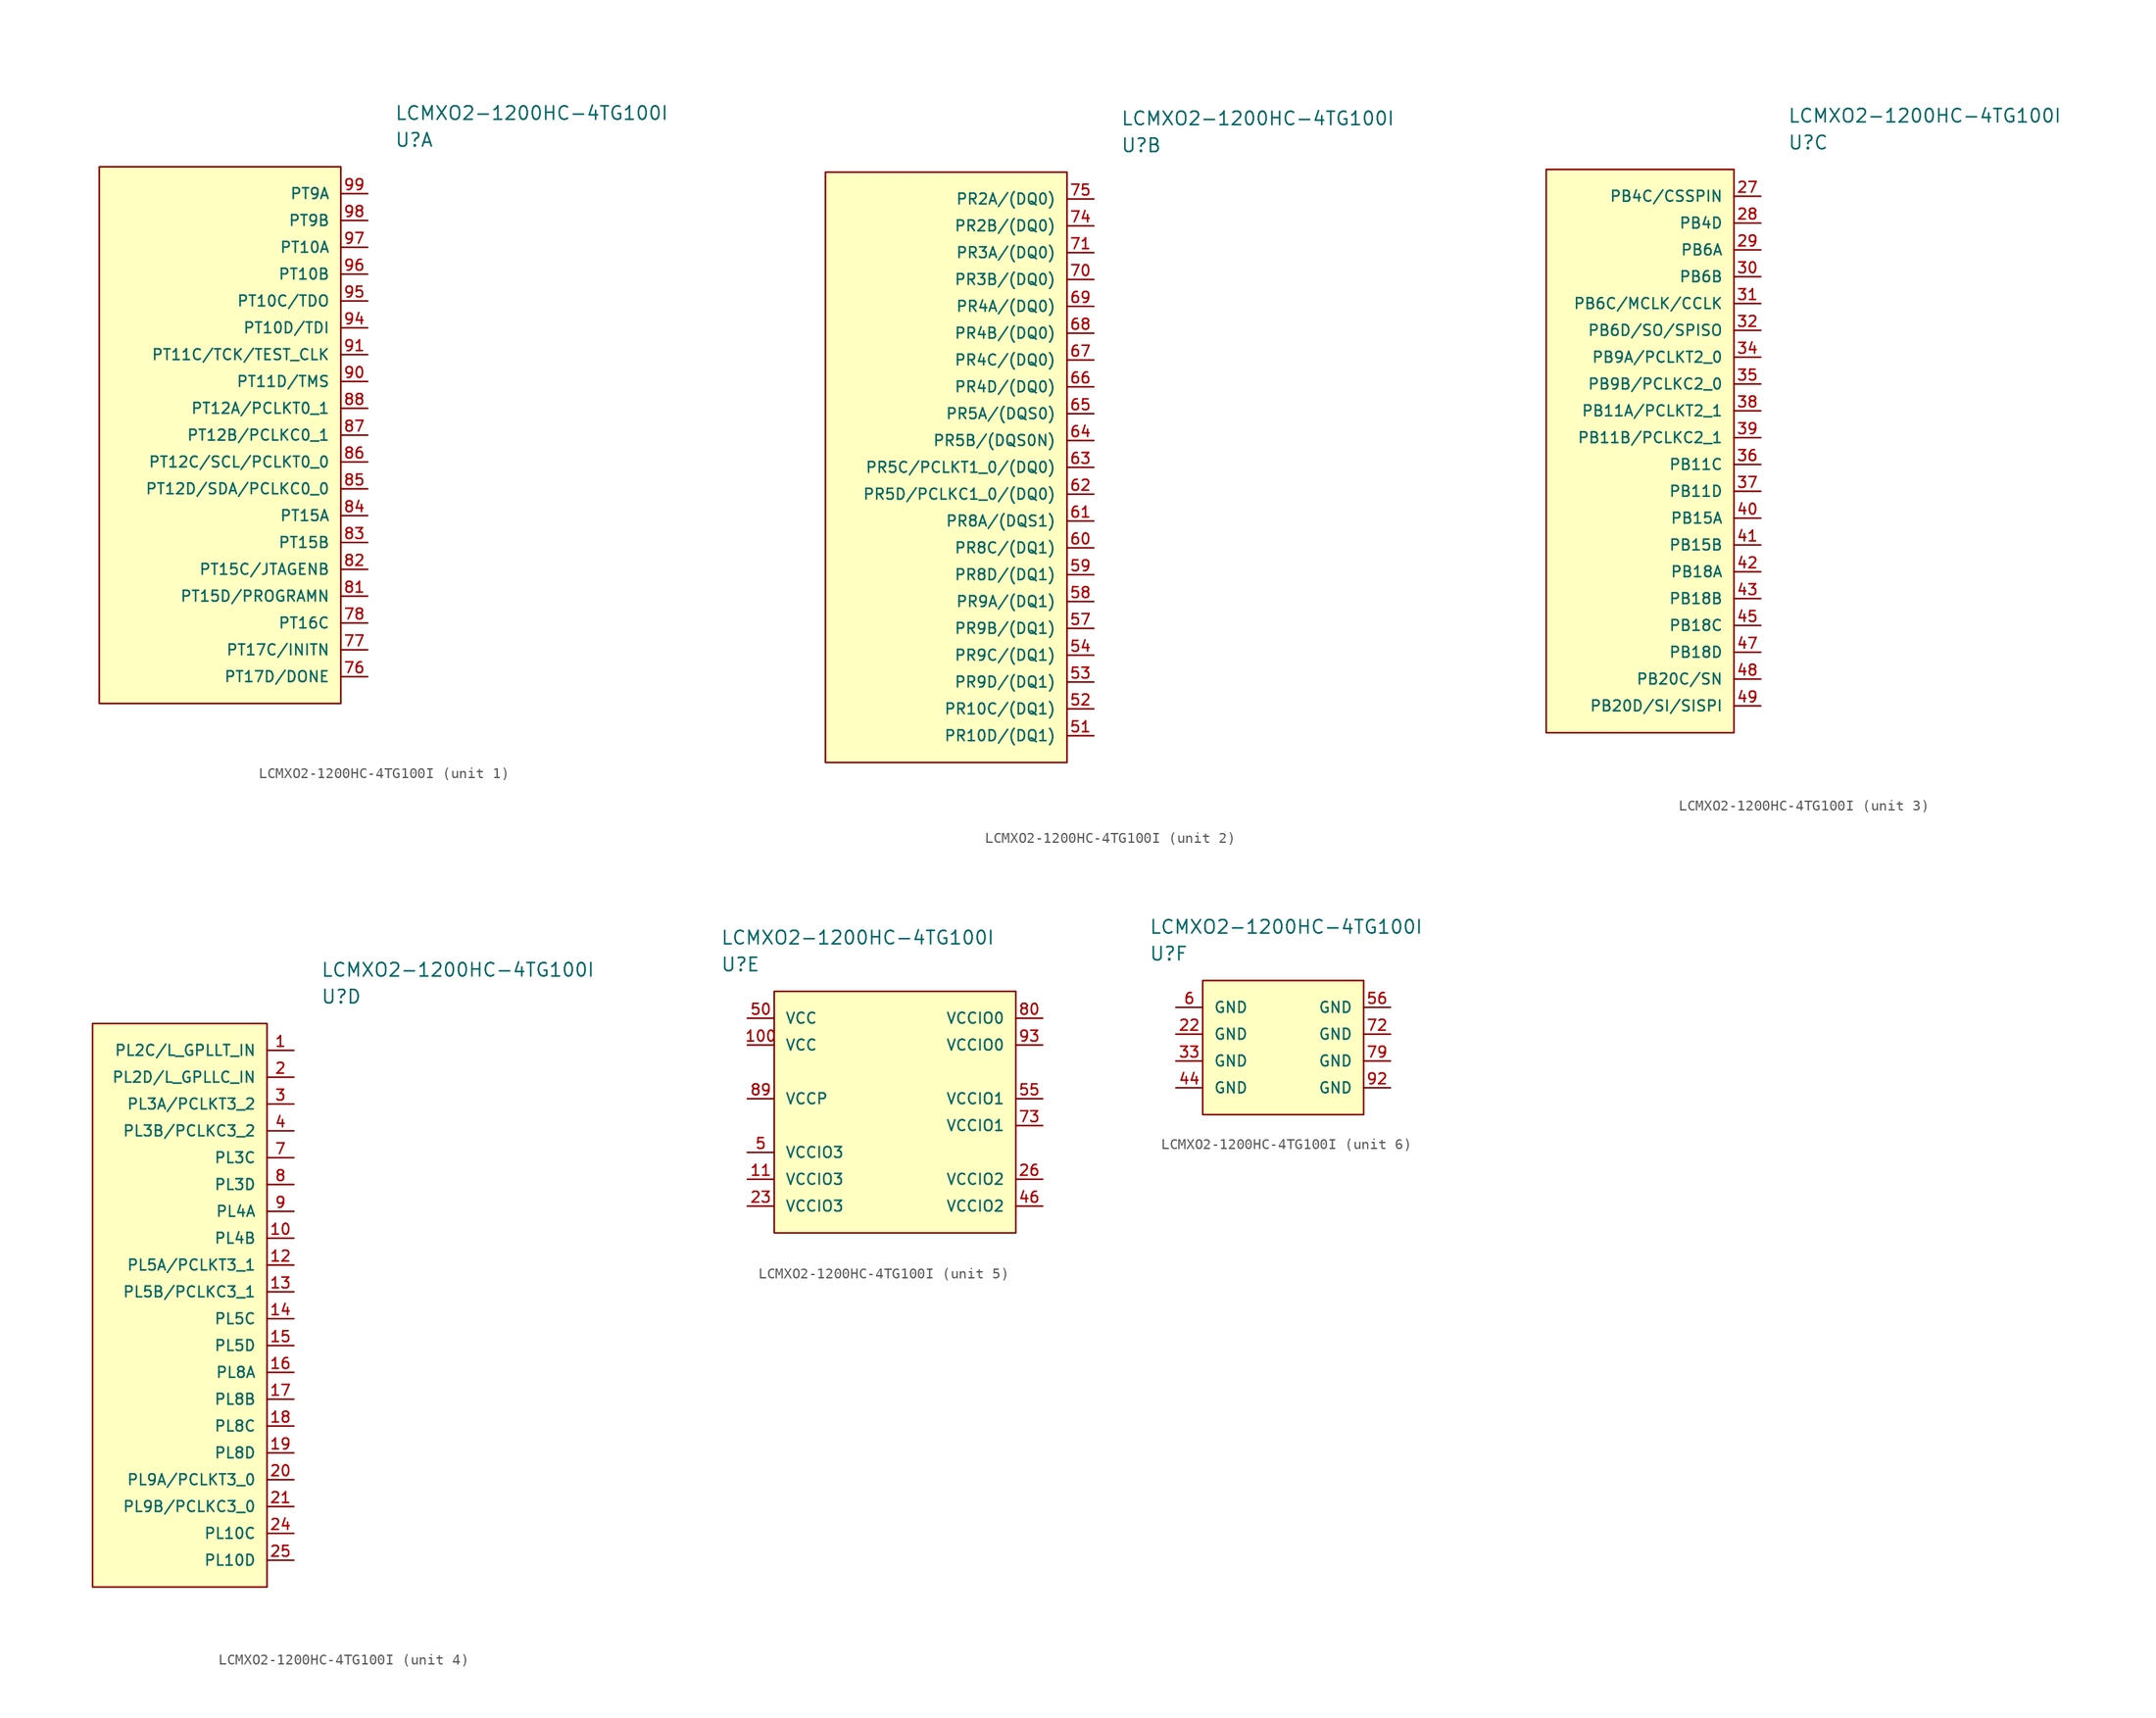
<source format=kicad_sym>
(kicad_symbol_lib
  (version 20220126)
  (generator kicad_symbol_editor)
  (symbol "LCMXO2-1200HC-4TG100I"
    (pin_names
      (offset 1.016))
    (property "Reference" "U"
      (at 0 5.08 0)
      (effects (font (size 1.27 1.27)) (justify left)))
    (property "Value" "LCMXO2-1200HC-4TG100I"
      (at 0 7.62 0)
      (effects (font (size 1.27 1.27)) (justify left)))
    (property "ki_locked" ""
      (at 0 0 0)
      (effects (font (size 1.27 1.27))))
    (symbol "LCMXO2-1200HC-4TG100I_1_1"
      (rectangle (start -27.94 2.54) (end -5.08 -48.26) (stroke (width 0) (type default)) (fill (type background)))
      (pin bidirectional line (at -2.54 -45.72 180) (length 2.54) (name "PT17D/DONE" (effects (font (size 1.016 1.016)))) (number "76" (effects (font (size 1.016 1.016)))))
      (pin bidirectional line (at -2.54 -43.18 180) (length 2.54) (name "PT17C/INITN" (effects (font (size 1.016 1.016)))) (number "77" (effects (font (size 1.016 1.016)))))
      (pin bidirectional line (at -2.54 -40.64 180) (length 2.54) (name "PT16C" (effects (font (size 1.016 1.016)))) (number "78" (effects (font (size 1.016 1.016)))))
      (pin bidirectional line (at -2.54 -38.1 180) (length 2.54) (name "PT15D/PROGRAMN" (effects (font (size 1.016 1.016)))) (number "81" (effects (font (size 1.016 1.016)))))
      (pin bidirectional line (at -2.54 -35.56 180) (length 2.54) (name "PT15C/JTAGENB" (effects (font (size 1.016 1.016)))) (number "82" (effects (font (size 1.016 1.016)))))
      (pin bidirectional line (at -2.54 -33.02 180) (length 2.54) (name "PT15B" (effects (font (size 1.016 1.016)))) (number "83" (effects (font (size 1.016 1.016)))))
      (pin bidirectional line (at -2.54 -30.48 180) (length 2.54) (name "PT15A" (effects (font (size 1.016 1.016)))) (number "84" (effects (font (size 1.016 1.016)))))
      (pin bidirectional line (at -2.54 -27.94 180) (length 2.54) (name "PT12D/SDA/PCLKC0_0" (effects (font (size 1.016 1.016)))) (number "85" (effects (font (size 1.016 1.016)))))
      (pin bidirectional line (at -2.54 -25.4 180) (length 2.54) (name "PT12C/SCL/PCLKT0_0" (effects (font (size 1.016 1.016)))) (number "86" (effects (font (size 1.016 1.016)))))
      (pin bidirectional line (at -2.54 -22.86 180) (length 2.54) (name "PT12B/PCLKC0_1" (effects (font (size 1.016 1.016)))) (number "87" (effects (font (size 1.016 1.016)))))
      (pin bidirectional line (at -2.54 -20.32 180) (length 2.54) (name "PT12A/PCLKT0_1" (effects (font (size 1.016 1.016)))) (number "88" (effects (font (size 1.016 1.016)))))
      (pin bidirectional line (at -2.54 -17.78 180) (length 2.54) (name "PT11D/TMS" (effects (font (size 1.016 1.016)))) (number "90" (effects (font (size 1.016 1.016)))))
      (pin bidirectional line (at -2.54 -15.24 180) (length 2.54) (name "PT11C/TCK/TEST_CLK" (effects (font (size 1.016 1.016)))) (number "91" (effects (font (size 1.016 1.016)))))
      (pin bidirectional line (at -2.54 -12.7 180) (length 2.54) (name "PT10D/TDI" (effects (font (size 1.016 1.016)))) (number "94" (effects (font (size 1.016 1.016)))))
      (pin bidirectional line (at -2.54 -10.16 180) (length 2.54) (name "PT10C/TDO" (effects (font (size 1.016 1.016)))) (number "95" (effects (font (size 1.016 1.016)))))
      (pin bidirectional line (at -2.54 -7.62 180) (length 2.54) (name "PT10B" (effects (font (size 1.016 1.016)))) (number "96" (effects (font (size 1.016 1.016)))))
      (pin bidirectional line (at -2.54 -5.08 180) (length 2.54) (name "PT10A" (effects (font (size 1.016 1.016)))) (number "97" (effects (font (size 1.016 1.016)))))
      (pin bidirectional line (at -2.54 -2.54 180) (length 2.54) (name "PT9B" (effects (font (size 1.016 1.016)))) (number "98" (effects (font (size 1.016 1.016)))))
      (pin bidirectional line (at -2.54 0 180) (length 2.54) (name "PT9A" (effects (font (size 1.016 1.016)))) (number "99" (effects (font (size 1.016 1.016))))))
    (symbol "LCMXO2-1200HC-4TG100I_2_1"
      (rectangle (start -27.94 2.54) (end -5.08 -53.34) (stroke (width 0) (type default)) (fill (type background)))
      (pin bidirectional line (at -2.54 -50.8 180) (length 2.54) (name "PR10D/(DQ1)" (effects (font (size 1.016 1.016)))) (number "51" (effects (font (size 1.016 1.016)))))
      (pin bidirectional line (at -2.54 -48.26 180) (length 2.54) (name "PR10C/(DQ1)" (effects (font (size 1.016 1.016)))) (number "52" (effects (font (size 1.016 1.016)))))
      (pin bidirectional line (at -2.54 -45.72 180) (length 2.54) (name "PR9D/(DQ1)" (effects (font (size 1.016 1.016)))) (number "53" (effects (font (size 1.016 1.016)))))
      (pin bidirectional line (at -2.54 -43.18 180) (length 2.54) (name "PR9C/(DQ1)" (effects (font (size 1.016 1.016)))) (number "54" (effects (font (size 1.016 1.016)))))
      (pin bidirectional line (at -2.54 -40.64 180) (length 2.54) (name "PR9B/(DQ1)" (effects (font (size 1.016 1.016)))) (number "57" (effects (font (size 1.016 1.016)))))
      (pin bidirectional line (at -2.54 -38.1 180) (length 2.54) (name "PR9A/(DQ1)" (effects (font (size 1.016 1.016)))) (number "58" (effects (font (size 1.016 1.016)))))
      (pin bidirectional line (at -2.54 -35.56 180) (length 2.54) (name "PR8D/(DQ1)" (effects (font (size 1.016 1.016)))) (number "59" (effects (font (size 1.016 1.016)))))
      (pin bidirectional line (at -2.54 -33.02 180) (length 2.54) (name "PR8C/(DQ1)" (effects (font (size 1.016 1.016)))) (number "60" (effects (font (size 1.016 1.016)))))
      (pin bidirectional line (at -2.54 -30.48 180) (length 2.54) (name "PR8A/(DQS1)" (effects (font (size 1.016 1.016)))) (number "61" (effects (font (size 1.016 1.016)))))
      (pin bidirectional line (at -2.54 -27.94 180) (length 2.54) (name "PR5D/PCLKC1_0/(DQ0)" (effects (font (size 1.016 1.016)))) (number "62" (effects (font (size 1.016 1.016)))))
      (pin bidirectional line (at -2.54 -25.4 180) (length 2.54) (name "PR5C/PCLKT1_0/(DQ0)" (effects (font (size 1.016 1.016)))) (number "63" (effects (font (size 1.016 1.016)))))
      (pin bidirectional line (at -2.54 -22.86 180) (length 2.54) (name "PR5B/(DQS0N)" (effects (font (size 1.016 1.016)))) (number "64" (effects (font (size 1.016 1.016)))))
      (pin bidirectional line (at -2.54 -20.32 180) (length 2.54) (name "PR5A/(DQS0)" (effects (font (size 1.016 1.016)))) (number "65" (effects (font (size 1.016 1.016)))))
      (pin bidirectional line (at -2.54 -17.78 180) (length 2.54) (name "PR4D/(DQ0)" (effects (font (size 1.016 1.016)))) (number "66" (effects (font (size 1.016 1.016)))))
      (pin bidirectional line (at -2.54 -15.24 180) (length 2.54) (name "PR4C/(DQ0)" (effects (font (size 1.016 1.016)))) (number "67" (effects (font (size 1.016 1.016)))))
      (pin bidirectional line (at -2.54 -12.7 180) (length 2.54) (name "PR4B/(DQ0)" (effects (font (size 1.016 1.016)))) (number "68" (effects (font (size 1.016 1.016)))))
      (pin bidirectional line (at -2.54 -10.16 180) (length 2.54) (name "PR4A/(DQ0)" (effects (font (size 1.016 1.016)))) (number "69" (effects (font (size 1.016 1.016)))))
      (pin bidirectional line (at -2.54 -7.62 180) (length 2.54) (name "PR3B/(DQ0)" (effects (font (size 1.016 1.016)))) (number "70" (effects (font (size 1.016 1.016)))))
      (pin bidirectional line (at -2.54 -5.08 180) (length 2.54) (name "PR3A/(DQ0)" (effects (font (size 1.016 1.016)))) (number "71" (effects (font (size 1.016 1.016)))))
      (pin bidirectional line (at -2.54 -2.54 180) (length 2.54) (name "PR2B/(DQ0)" (effects (font (size 1.016 1.016)))) (number "74" (effects (font (size 1.016 1.016)))))
      (pin bidirectional line (at -2.54 0 180) (length 2.54) (name "PR2A/(DQ0)" (effects (font (size 1.016 1.016)))) (number "75" (effects (font (size 1.016 1.016))))))
    (symbol "LCMXO2-1200HC-4TG100I_3_1"
      (rectangle (start -22.86 2.54) (end -5.08 -50.8) (stroke (width 0) (type default)) (fill (type background)))
      (pin bidirectional line (at -2.54 0 180) (length 2.54) (name "PB4C/CSSPIN" (effects (font (size 1.016 1.016)))) (number "27" (effects (font (size 1.016 1.016)))))
      (pin bidirectional line (at -2.54 -2.54 180) (length 2.54) (name "PB4D" (effects (font (size 1.016 1.016)))) (number "28" (effects (font (size 1.016 1.016)))))
      (pin bidirectional line (at -2.54 -5.08 180) (length 2.54) (name "PB6A" (effects (font (size 1.016 1.016)))) (number "29" (effects (font (size 1.016 1.016)))))
      (pin bidirectional line (at -2.54 -7.62 180) (length 2.54) (name "PB6B" (effects (font (size 1.016 1.016)))) (number "30" (effects (font (size 1.016 1.016)))))
      (pin bidirectional line (at -2.54 -10.16 180) (length 2.54) (name "PB6C/MCLK/CCLK" (effects (font (size 1.016 1.016)))) (number "31" (effects (font (size 1.016 1.016)))))
      (pin bidirectional line (at -2.54 -12.7 180) (length 2.54) (name "PB6D/SO/SPISO" (effects (font (size 1.016 1.016)))) (number "32" (effects (font (size 1.016 1.016)))))
      (pin bidirectional line (at -2.54 -15.24 180) (length 2.54) (name "PB9A/PCLKT2_0" (effects (font (size 1.016 1.016)))) (number "34" (effects (font (size 1.016 1.016)))))
      (pin bidirectional line (at -2.54 -17.78 180) (length 2.54) (name "PB9B/PCLKC2_0" (effects (font (size 1.016 1.016)))) (number "35" (effects (font (size 1.016 1.016)))))
      (pin bidirectional line (at -2.54 -25.4 180) (length 2.54) (name "PB11C" (effects (font (size 1.016 1.016)))) (number "36" (effects (font (size 1.016 1.016)))))
      (pin bidirectional line (at -2.54 -27.94 180) (length 2.54) (name "PB11D" (effects (font (size 1.016 1.016)))) (number "37" (effects (font (size 1.016 1.016)))))
      (pin bidirectional line (at -2.54 -20.32 180) (length 2.54) (name "PB11A/PCLKT2_1" (effects (font (size 1.016 1.016)))) (number "38" (effects (font (size 1.016 1.016)))))
      (pin bidirectional line (at -2.54 -22.86 180) (length 2.54) (name "PB11B/PCLKC2_1" (effects (font (size 1.016 1.016)))) (number "39" (effects (font (size 1.016 1.016)))))
      (pin bidirectional line (at -2.54 -30.48 180) (length 2.54) (name "PB15A" (effects (font (size 1.016 1.016)))) (number "40" (effects (font (size 1.016 1.016)))))
      (pin bidirectional line (at -2.54 -33.02 180) (length 2.54) (name "PB15B" (effects (font (size 1.016 1.016)))) (number "41" (effects (font (size 1.016 1.016)))))
      (pin bidirectional line (at -2.54 -35.56 180) (length 2.54) (name "PB18A" (effects (font (size 1.016 1.016)))) (number "42" (effects (font (size 1.016 1.016)))))
      (pin bidirectional line (at -2.54 -38.1 180) (length 2.54) (name "PB18B" (effects (font (size 1.016 1.016)))) (number "43" (effects (font (size 1.016 1.016)))))
      (pin bidirectional line (at -2.54 -40.64 180) (length 2.54) (name "PB18C" (effects (font (size 1.016 1.016)))) (number "45" (effects (font (size 1.016 1.016)))))
      (pin bidirectional line (at -2.54 -43.18 180) (length 2.54) (name "PB18D" (effects (font (size 1.016 1.016)))) (number "47" (effects (font (size 1.016 1.016)))))
      (pin bidirectional line (at -2.54 -45.72 180) (length 2.54) (name "PB20C/SN" (effects (font (size 1.016 1.016)))) (number "48" (effects (font (size 1.016 1.016)))))
      (pin bidirectional line (at -2.54 -48.26 180) (length 2.54) (name "PB20D/SI/SISPI" (effects (font (size 1.016 1.016)))) (number "49" (effects (font (size 1.016 1.016))))))
    (symbol "LCMXO2-1200HC-4TG100I_4_1"
      (rectangle (start -21.59 2.54) (end -5.08 -50.8) (stroke (width 0) (type default)) (fill (type background)))
      (pin bidirectional line (at -2.54 0 180) (length 2.54) (name "PL2C/L_GPLLT_IN" (effects (font (size 1.016 1.016)))) (number "1" (effects (font (size 1.016 1.016)))))
      (pin bidirectional line (at -2.54 -17.78 180) (length 2.54) (name "PL4B" (effects (font (size 1.016 1.016)))) (number "10" (effects (font (size 1.016 1.016)))))
      (pin bidirectional line (at -2.54 -20.32 180) (length 2.54) (name "PL5A/PCLKT3_1" (effects (font (size 1.016 1.016)))) (number "12" (effects (font (size 1.016 1.016)))))
      (pin bidirectional line (at -2.54 -22.86 180) (length 2.54) (name "PL5B/PCLKC3_1" (effects (font (size 1.016 1.016)))) (number "13" (effects (font (size 1.016 1.016)))))
      (pin bidirectional line (at -2.54 -25.4 180) (length 2.54) (name "PL5C" (effects (font (size 1.016 1.016)))) (number "14" (effects (font (size 1.016 1.016)))))
      (pin bidirectional line (at -2.54 -27.94 180) (length 2.54) (name "PL5D" (effects (font (size 1.016 1.016)))) (number "15" (effects (font (size 1.016 1.016)))))
      (pin bidirectional line (at -2.54 -30.48 180) (length 2.54) (name "PL8A" (effects (font (size 1.016 1.016)))) (number "16" (effects (font (size 1.016 1.016)))))
      (pin bidirectional line (at -2.54 -33.02 180) (length 2.54) (name "PL8B" (effects (font (size 1.016 1.016)))) (number "17" (effects (font (size 1.016 1.016)))))
      (pin bidirectional line (at -2.54 -35.56 180) (length 2.54) (name "PL8C" (effects (font (size 1.016 1.016)))) (number "18" (effects (font (size 1.016 1.016)))))
      (pin bidirectional line (at -2.54 -38.1 180) (length 2.54) (name "PL8D" (effects (font (size 1.016 1.016)))) (number "19" (effects (font (size 1.016 1.016)))))
      (pin bidirectional line (at -2.54 -2.54 180) (length 2.54) (name "PL2D/L_GPLLC_IN" (effects (font (size 1.016 1.016)))) (number "2" (effects (font (size 1.016 1.016)))))
      (pin bidirectional line (at -2.54 -40.64 180) (length 2.54) (name "PL9A/PCLKT3_0" (effects (font (size 1.016 1.016)))) (number "20" (effects (font (size 1.016 1.016)))))
      (pin bidirectional line (at -2.54 -43.18 180) (length 2.54) (name "PL9B/PCLKC3_0" (effects (font (size 1.016 1.016)))) (number "21" (effects (font (size 1.016 1.016)))))
      (pin bidirectional line (at -2.54 -45.72 180) (length 2.54) (name "PL10C" (effects (font (size 1.016 1.016)))) (number "24" (effects (font (size 1.016 1.016)))))
      (pin bidirectional line (at -2.54 -48.26 180) (length 2.54) (name "PL10D" (effects (font (size 1.016 1.016)))) (number "25" (effects (font (size 1.016 1.016)))))
      (pin bidirectional line (at -2.54 -5.08 180) (length 2.54) (name "PL3A/PCLKT3_2" (effects (font (size 1.016 1.016)))) (number "3" (effects (font (size 1.016 1.016)))))
      (pin bidirectional line (at -2.54 -7.62 180) (length 2.54) (name "PL3B/PCLKC3_2" (effects (font (size 1.016 1.016)))) (number "4" (effects (font (size 1.016 1.016)))))
      (pin bidirectional line (at -2.54 -10.16 180) (length 2.54) (name "PL3C" (effects (font (size 1.016 1.016)))) (number "7" (effects (font (size 1.016 1.016)))))
      (pin bidirectional line (at -2.54 -12.7 180) (length 2.54) (name "PL3D" (effects (font (size 1.016 1.016)))) (number "8" (effects (font (size 1.016 1.016)))))
      (pin bidirectional line (at -2.54 -15.24 180) (length 2.54) (name "PL4A" (effects (font (size 1.016 1.016)))) (number "9" (effects (font (size 1.016 1.016))))))
    (symbol "LCMXO2-1200HC-4TG100I_5_1"
      (rectangle (start 5.08 2.54) (end 27.94 -20.32) (stroke (width 0) (type default)) (fill (type background)))
      (pin power_in line (at 2.54 -2.54 0) (length 2.54) (name "VCC" (effects (font (size 1.016 1.016)))) (number "100" (effects (font (size 1.016 1.016)))))
      (pin power_in line (at 2.54 -15.24 0) (length 2.54) (name "VCCIO3" (effects (font (size 1.016 1.016)))) (number "11" (effects (font (size 1.016 1.016)))))
      (pin power_in line (at 2.54 -17.78 0) (length 2.54) (name "VCCIO3" (effects (font (size 1.016 1.016)))) (number "23" (effects (font (size 1.016 1.016)))))
      (pin power_in line (at 30.48 -15.24 180) (length 2.54) (name "VCCIO2" (effects (font (size 1.016 1.016)))) (number "26" (effects (font (size 1.016 1.016)))))
      (pin power_in line (at 30.48 -17.78 180) (length 2.54) (name "VCCIO2" (effects (font (size 1.016 1.016)))) (number "46" (effects (font (size 1.016 1.016)))))
      (pin power_in line (at 2.54 -12.7 0) (length 2.54) (name "VCCIO3" (effects (font (size 1.016 1.016)))) (number "5" (effects (font (size 1.016 1.016)))))
      (pin power_in line (at 2.54 0 0) (length 2.54) (name "VCC" (effects (font (size 1.016 1.016)))) (number "50" (effects (font (size 1.016 1.016)))))
      (pin power_in line (at 30.48 -7.62 180) (length 2.54) (name "VCCIO1" (effects (font (size 1.016 1.016)))) (number "55" (effects (font (size 1.016 1.016)))))
      (pin power_in line (at 30.48 -10.16 180) (length 2.54) (name "VCCIO1" (effects (font (size 1.016 1.016)))) (number "73" (effects (font (size 1.016 1.016)))))
      (pin power_in line (at 30.48 0 180) (length 2.54) (name "VCCIO0" (effects (font (size 1.016 1.016)))) (number "80" (effects (font (size 1.016 1.016)))))
      (pin power_in line (at 2.54 -7.62 0) (length 2.54) (name "VCCP" (effects (font (size 1.016 1.016)))) (number "89" (effects (font (size 1.016 1.016)))))
      (pin power_in line (at 30.48 -2.54 180) (length 2.54) (name "VCCIO0" (effects (font (size 1.016 1.016)))) (number "93" (effects (font (size 1.016 1.016))))))
    (symbol "LCMXO2-1200HC-4TG100I_6_1"
      (rectangle (start 5.08 2.54) (end 20.32 -10.16) (stroke (width 0) (type default)) (fill (type background)))
      (pin power_in line (at 2.54 -2.54 0) (length 2.54) (name "GND" (effects (font (size 1.016 1.016)))) (number "22" (effects (font (size 1.016 1.016)))))
      (pin power_in line (at 2.54 -5.08 0) (length 2.54) (name "GND" (effects (font (size 1.016 1.016)))) (number "33" (effects (font (size 1.016 1.016)))))
      (pin power_in line (at 2.54 -7.62 0) (length 2.54) (name "GND" (effects (font (size 1.016 1.016)))) (number "44" (effects (font (size 1.016 1.016)))))
      (pin power_in line (at 22.86 0 180) (length 2.54) (name "GND" (effects (font (size 1.016 1.016)))) (number "56" (effects (font (size 1.016 1.016)))))
      (pin power_in line (at 2.54 0 0) (length 2.54) (name "GND" (effects (font (size 1.016 1.016)))) (number "6" (effects (font (size 1.016 1.016)))))
      (pin power_in line (at 22.86 -2.54 180) (length 2.54) (name "GND" (effects (font (size 1.016 1.016)))) (number "72" (effects (font (size 1.016 1.016)))))
      (pin power_in line (at 22.86 -5.08 180) (length 2.54) (name "GND" (effects (font (size 1.016 1.016)))) (number "79" (effects (font (size 1.016 1.016)))))
      (pin power_in line (at 22.86 -7.62 180) (length 2.54) (name "GND" (effects (font (size 1.016 1.016)))) (number "92" (effects (font (size 1.016 1.016))))))))
</source>
